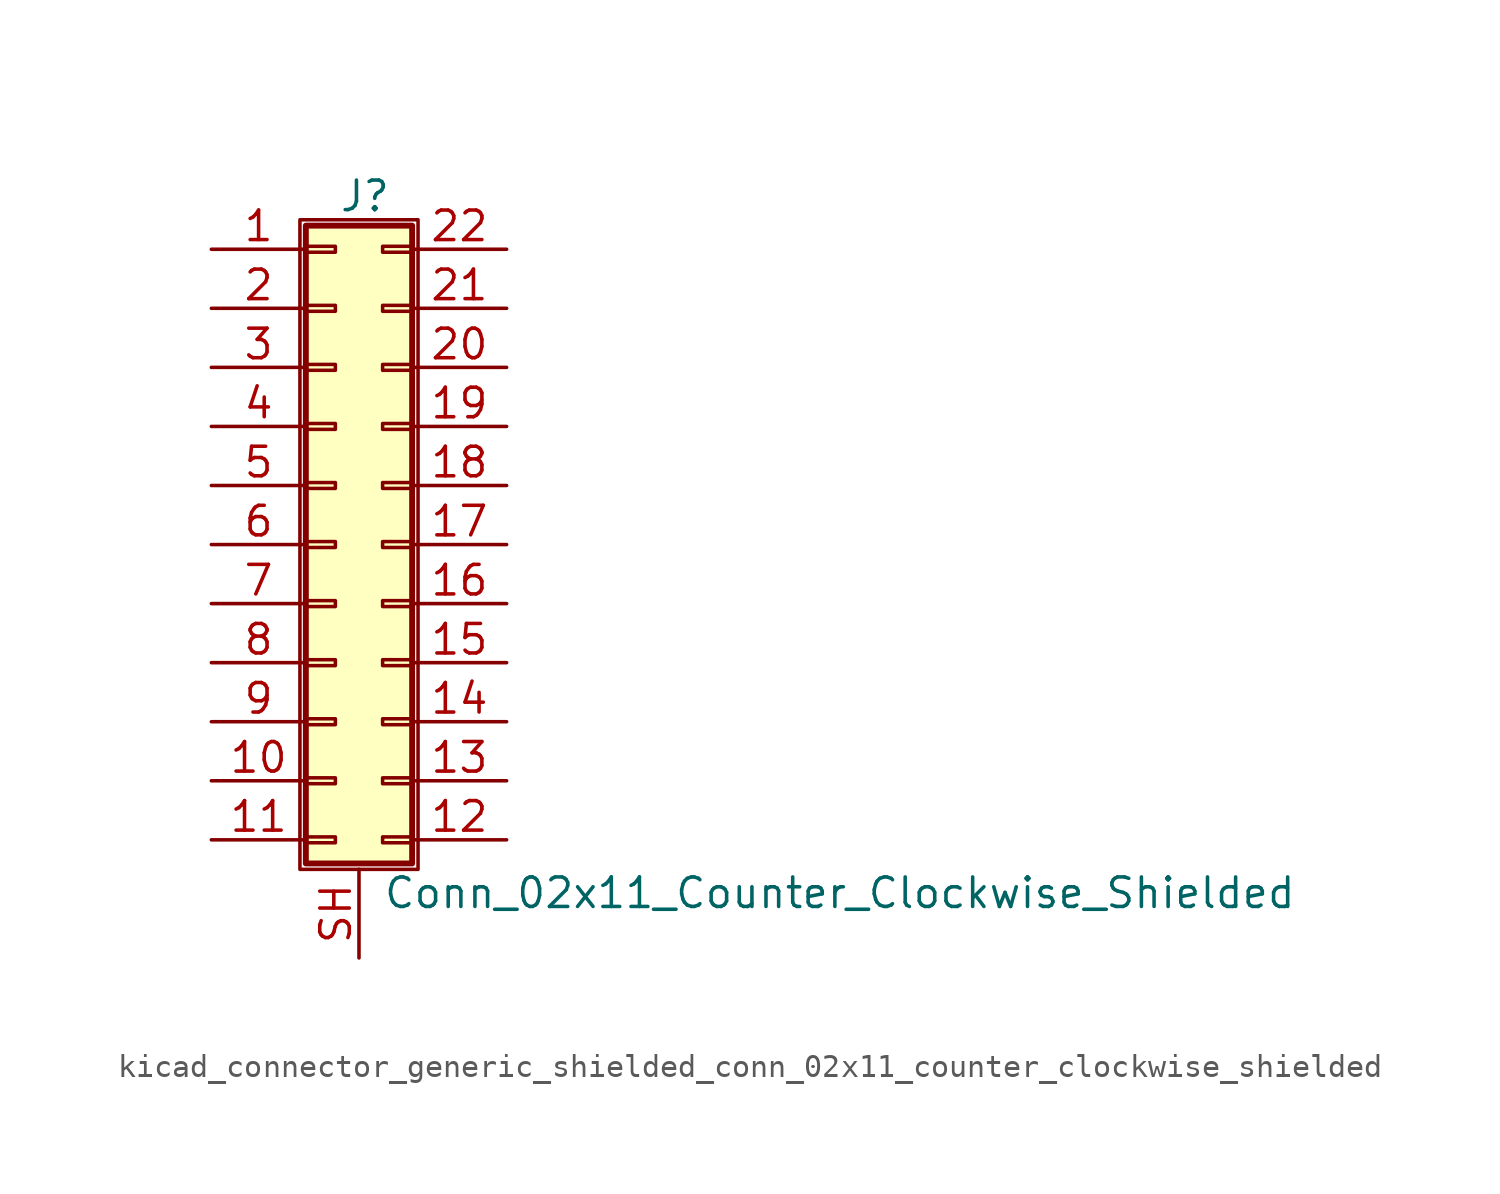
<source format=kicad_sym>
(kicad_symbol_lib
  (version 20220914)
  (generator kicad_symbol_editor)
  (symbol "kicad_connector_generic_shielded_conn_02x11_counter_clockwise_shielded"
    (pin_names
      (offset 1.016) hide)
    (property "Reference" "J"
      (at 1.524 14.986 0)
      (effects (font (size 1.27 1.27))))
    (property "Value" "Conn_02x11_Counter_Clockwise_Shielded"
      (at 2.286 -14.986 0)
      (effects (font (size 1.27 1.27)) (justify left)))
    (symbol "kicad_connector_generic_shielded_conn_02x11_counter_clockwise_shielded_1_1"
      (rectangle (start -1.27 13.97) (end 3.81 -13.97) (stroke (width 0.152) (type default)) (fill (type none)))
      (rectangle (start -1.016 -12.573) (end 0.254 -12.827) (stroke (width 0.152) (type default)) (fill (type none)))
      (rectangle (start -1.016 -10.033) (end 0.254 -10.287) (stroke (width 0.152) (type default)) (fill (type none)))
      (rectangle (start -1.016 -7.493) (end 0.254 -7.747) (stroke (width 0.152) (type default)) (fill (type none)))
      (rectangle (start -1.016 -4.953) (end 0.254 -5.207) (stroke (width 0.152) (type default)) (fill (type none)))
      (rectangle (start -1.016 -2.413) (end 0.254 -2.667) (stroke (width 0.152) (type default)) (fill (type none)))
      (rectangle (start -1.016 0.127) (end 0.254 -0.127) (stroke (width 0.152) (type default)) (fill (type none)))
      (rectangle (start -1.016 2.667) (end 0.254 2.413) (stroke (width 0.152) (type default)) (fill (type none)))
      (rectangle (start -1.016 5.207) (end 0.254 4.953) (stroke (width 0.152) (type default)) (fill (type none)))
      (rectangle (start -1.016 7.747) (end 0.254 7.493) (stroke (width 0.152) (type default)) (fill (type none)))
      (rectangle (start -1.016 10.287) (end 0.254 10.033) (stroke (width 0.152) (type default)) (fill (type none)))
      (rectangle (start -1.016 12.827) (end 0.254 12.573) (stroke (width 0.152) (type default)) (fill (type none)))
      (rectangle (start -1.016 13.716) (end 3.556 -13.716) (stroke (width 0.254) (type default)) (fill (type background)))
      (rectangle (start 3.556 -12.573) (end 2.286 -12.827) (stroke (width 0.152) (type default)) (fill (type none)))
      (rectangle (start 3.556 -10.033) (end 2.286 -10.287) (stroke (width 0.152) (type default)) (fill (type none)))
      (rectangle (start 3.556 -7.493) (end 2.286 -7.747) (stroke (width 0.152) (type default)) (fill (type none)))
      (rectangle (start 3.556 -4.953) (end 2.286 -5.207) (stroke (width 0.152) (type default)) (fill (type none)))
      (rectangle (start 3.556 -2.413) (end 2.286 -2.667) (stroke (width 0.152) (type default)) (fill (type none)))
      (rectangle (start 3.556 0.127) (end 2.286 -0.127) (stroke (width 0.152) (type default)) (fill (type none)))
      (rectangle (start 3.556 2.667) (end 2.286 2.413) (stroke (width 0.152) (type default)) (fill (type none)))
      (rectangle (start 3.556 5.207) (end 2.286 4.953) (stroke (width 0.152) (type default)) (fill (type none)))
      (rectangle (start 3.556 7.747) (end 2.286 7.493) (stroke (width 0.152) (type default)) (fill (type none)))
      (rectangle (start 3.556 10.287) (end 2.286 10.033) (stroke (width 0.152) (type default)) (fill (type none)))
      (rectangle (start 3.556 12.827) (end 2.286 12.573) (stroke (width 0.152) (type default)) (fill (type none)))
      (pin passive line (at -5.08 12.7 0) (length 4.064) (name "Pin_1" (effects (font (size 1.27 1.27)))) (number "1" (effects (font (size 1.27 1.27)))))
      (pin passive line (at -5.08 -10.16 0) (length 4.064) (name "Pin_10" (effects (font (size 1.27 1.27)))) (number "10" (effects (font (size 1.27 1.27)))))
      (pin passive line (at -5.08 -12.7 0) (length 4.064) (name "Pin_11" (effects (font (size 1.27 1.27)))) (number "11" (effects (font (size 1.27 1.27)))))
      (pin passive line (at 7.62 -12.7 180) (length 4.064) (name "Pin_12" (effects (font (size 1.27 1.27)))) (number "12" (effects (font (size 1.27 1.27)))))
      (pin passive line (at 7.62 -10.16 180) (length 4.064) (name "Pin_13" (effects (font (size 1.27 1.27)))) (number "13" (effects (font (size 1.27 1.27)))))
      (pin passive line (at 7.62 -7.62 180) (length 4.064) (name "Pin_14" (effects (font (size 1.27 1.27)))) (number "14" (effects (font (size 1.27 1.27)))))
      (pin passive line (at 7.62 -5.08 180) (length 4.064) (name "Pin_15" (effects (font (size 1.27 1.27)))) (number "15" (effects (font (size 1.27 1.27)))))
      (pin passive line (at 7.62 -2.54 180) (length 4.064) (name "Pin_16" (effects (font (size 1.27 1.27)))) (number "16" (effects (font (size 1.27 1.27)))))
      (pin passive line (at 7.62 0 180) (length 4.064) (name "Pin_17" (effects (font (size 1.27 1.27)))) (number "17" (effects (font (size 1.27 1.27)))))
      (pin passive line (at 7.62 2.54 180) (length 4.064) (name "Pin_18" (effects (font (size 1.27 1.27)))) (number "18" (effects (font (size 1.27 1.27)))))
      (pin passive line (at 7.62 5.08 180) (length 4.064) (name "Pin_19" (effects (font (size 1.27 1.27)))) (number "19" (effects (font (size 1.27 1.27)))))
      (pin passive line (at -5.08 10.16 0) (length 4.064) (name "Pin_2" (effects (font (size 1.27 1.27)))) (number "2" (effects (font (size 1.27 1.27)))))
      (pin passive line (at 7.62 7.62 180) (length 4.064) (name "Pin_20" (effects (font (size 1.27 1.27)))) (number "20" (effects (font (size 1.27 1.27)))))
      (pin passive line (at 7.62 10.16 180) (length 4.064) (name "Pin_21" (effects (font (size 1.27 1.27)))) (number "21" (effects (font (size 1.27 1.27)))))
      (pin passive line (at 7.62 12.7 180) (length 4.064) (name "Pin_22" (effects (font (size 1.27 1.27)))) (number "22" (effects (font (size 1.27 1.27)))))
      (pin passive line (at -5.08 7.62 0) (length 4.064) (name "Pin_3" (effects (font (size 1.27 1.27)))) (number "3" (effects (font (size 1.27 1.27)))))
      (pin passive line (at -5.08 5.08 0) (length 4.064) (name "Pin_4" (effects (font (size 1.27 1.27)))) (number "4" (effects (font (size 1.27 1.27)))))
      (pin passive line (at -5.08 2.54 0) (length 4.064) (name "Pin_5" (effects (font (size 1.27 1.27)))) (number "5" (effects (font (size 1.27 1.27)))))
      (pin passive line (at -5.08 0 0) (length 4.064) (name "Pin_6" (effects (font (size 1.27 1.27)))) (number "6" (effects (font (size 1.27 1.27)))))
      (pin passive line (at -5.08 -2.54 0) (length 4.064) (name "Pin_7" (effects (font (size 1.27 1.27)))) (number "7" (effects (font (size 1.27 1.27)))))
      (pin passive line (at -5.08 -5.08 0) (length 4.064) (name "Pin_8" (effects (font (size 1.27 1.27)))) (number "8" (effects (font (size 1.27 1.27)))))
      (pin passive line (at -5.08 -7.62 0) (length 4.064) (name "Pin_9" (effects (font (size 1.27 1.27)))) (number "9" (effects (font (size 1.27 1.27)))))
      (pin passive line (at 1.27 -17.78 90) (length 3.81) (name "Shield" (effects (font (size 1.27 1.27)))) (number "SH" (effects (font (size 1.27 1.27))))))))
</source>
